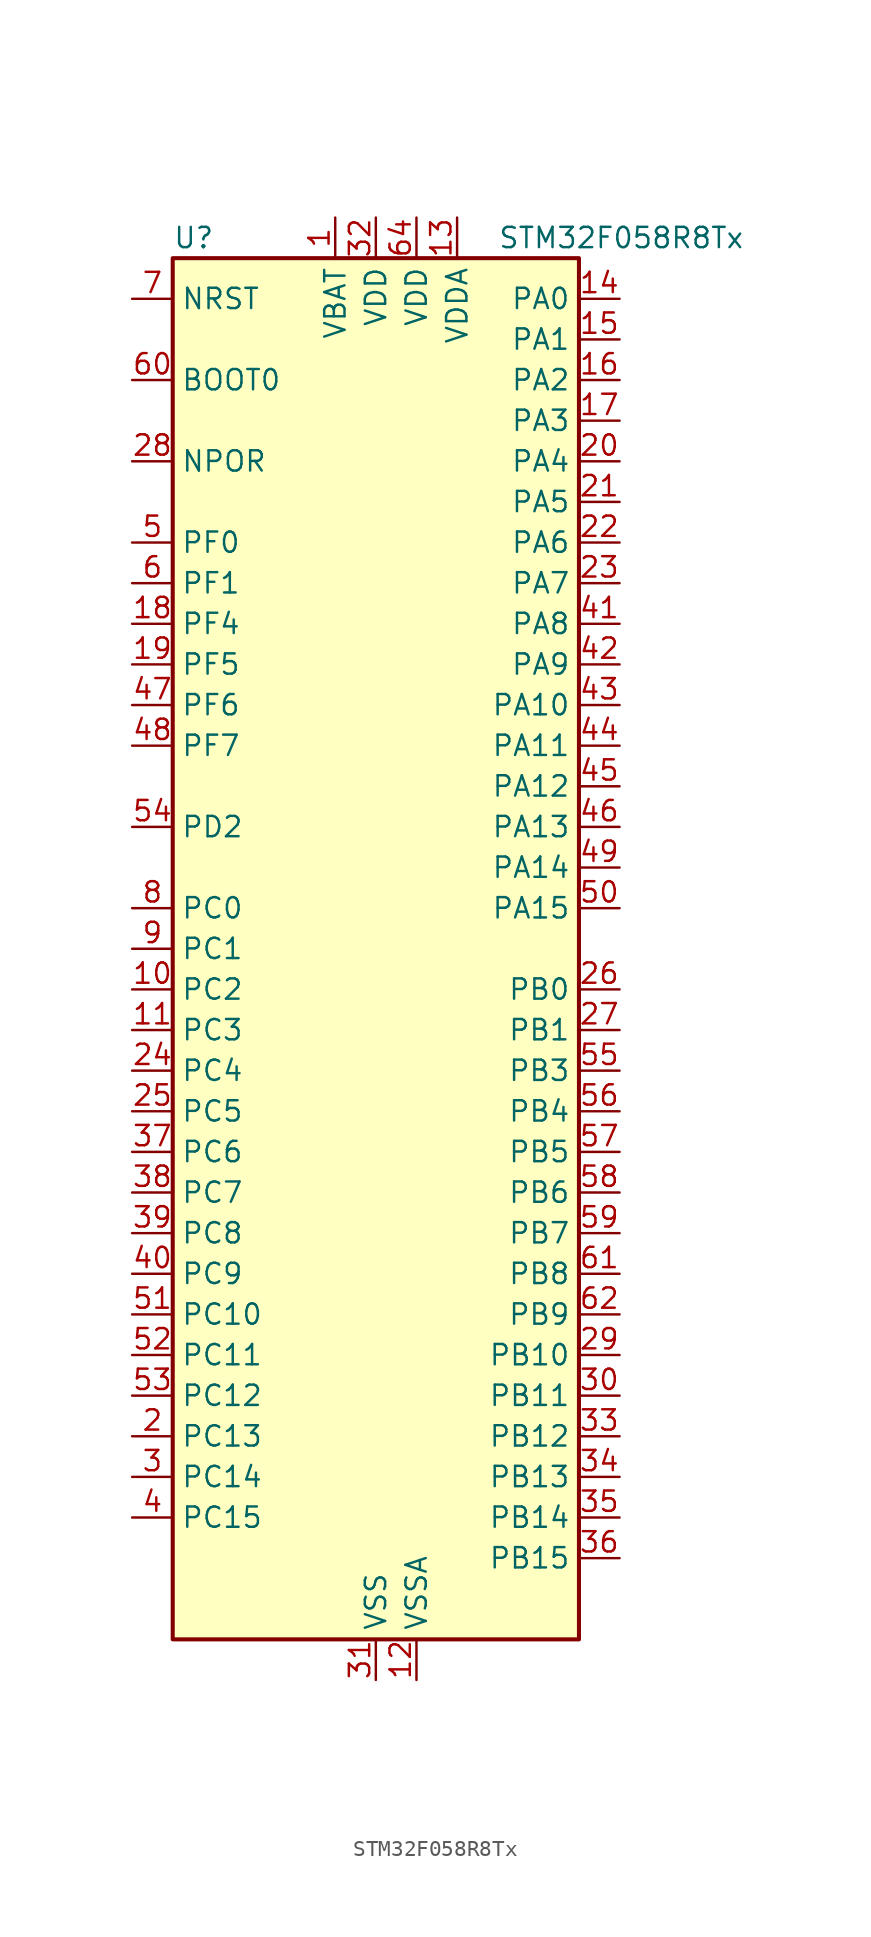
<source format=kicad_sym>
(kicad_symbol_lib
  (version 20220914)
  (generator kicad_symbol_editor)
  (symbol "STM32F058R8Tx"
    (property "Reference" "U"
      (at -12.7 44.45 0)
      (effects (font (size 1.27 1.27)) (justify left)))
    (property "Value" "STM32F058R8Tx"
      (at 7.62 44.45 0)
      (effects (font (size 1.27 1.27)) (justify left)))
    (property "ki_locked" ""
      (at 0 0 0)
      (effects (font (size 1.27 1.27))))
    (symbol "STM32F058R8Tx_0_1"
      (rectangle (start -12.7 -43.18) (end 12.7 43.18) (stroke (width 0.254) (type default)) (fill (type background))))
    (symbol "STM32F058R8Tx_1_1"
      (pin power_in line (at -2.54 45.72 270) (length 2.54) (name "VBAT" (effects (font (size 1.27 1.27)))) (number "1" (effects (font (size 1.27 1.27)))))
      (pin bidirectional line (at -15.24 -2.54 0) (length 2.54) (name "PC2" (effects (font (size 1.27 1.27)))) (number "10" (effects (font (size 1.27 1.27)))) (alternate "ADC_IN12" bidirectional line))
      (pin bidirectional line (at -15.24 -5.08 0) (length 2.54) (name "PC3" (effects (font (size 1.27 1.27)))) (number "11" (effects (font (size 1.27 1.27)))) (alternate "ADC_IN13" bidirectional line))
      (pin power_in line (at 2.54 -45.72 90) (length 2.54) (name "VSSA" (effects (font (size 1.27 1.27)))) (number "12" (effects (font (size 1.27 1.27)))))
      (pin power_in line (at 5.08 45.72 270) (length 2.54) (name "VDDA" (effects (font (size 1.27 1.27)))) (number "13" (effects (font (size 1.27 1.27)))))
      (pin bidirectional line (at 15.24 40.64 180) (length 2.54) (name "PA0" (effects (font (size 1.27 1.27)))) (number "14" (effects (font (size 1.27 1.27)))) (alternate "ADC_IN0" bidirectional line) (alternate "COMP1_INM" bidirectional line) (alternate "COMP1_OUT" bidirectional line) (alternate "RTC_TAMP2" bidirectional line) (alternate "SYS_WKUP1" bidirectional line) (alternate "TIM2_CH1" bidirectional line) (alternate "TIM2_ETR" bidirectional line) (alternate "TSC_G1_IO1" bidirectional line) (alternate "USART2_CTS" bidirectional line))
      (pin bidirectional line (at 15.24 38.1 180) (length 2.54) (name "PA1" (effects (font (size 1.27 1.27)))) (number "15" (effects (font (size 1.27 1.27)))) (alternate "ADC_IN1" bidirectional line) (alternate "COMP1_INP" bidirectional line) (alternate "TIM2_CH2" bidirectional line) (alternate "TSC_G1_IO2" bidirectional line) (alternate "USART2_DE" bidirectional line) (alternate "USART2_RTS" bidirectional line))
      (pin bidirectional line (at 15.24 35.56 180) (length 2.54) (name "PA2" (effects (font (size 1.27 1.27)))) (number "16" (effects (font (size 1.27 1.27)))) (alternate "ADC_IN2" bidirectional line) (alternate "COMP2_INM" bidirectional line) (alternate "COMP2_OUT" bidirectional line) (alternate "TIM15_CH1" bidirectional line) (alternate "TIM2_CH3" bidirectional line) (alternate "TSC_G1_IO3" bidirectional line) (alternate "USART2_TX" bidirectional line))
      (pin bidirectional line (at 15.24 33.02 180) (length 2.54) (name "PA3" (effects (font (size 1.27 1.27)))) (number "17" (effects (font (size 1.27 1.27)))) (alternate "ADC_IN3" bidirectional line) (alternate "COMP2_INP" bidirectional line) (alternate "TIM15_CH2" bidirectional line) (alternate "TIM2_CH4" bidirectional line) (alternate "TSC_G1_IO4" bidirectional line) (alternate "USART2_RX" bidirectional line))
      (pin bidirectional line (at -15.24 20.32 0) (length 2.54) (name "PF4" (effects (font (size 1.27 1.27)))) (number "18" (effects (font (size 1.27 1.27)))))
      (pin bidirectional line (at -15.24 17.78 0) (length 2.54) (name "PF5" (effects (font (size 1.27 1.27)))) (number "19" (effects (font (size 1.27 1.27)))))
      (pin bidirectional line (at -15.24 -30.48 0) (length 2.54) (name "PC13" (effects (font (size 1.27 1.27)))) (number "2" (effects (font (size 1.27 1.27)))) (alternate "RTC_OUT_ALARM" bidirectional line) (alternate "RTC_OUT_CALIB" bidirectional line) (alternate "RTC_TAMP1" bidirectional line) (alternate "RTC_TS" bidirectional line) (alternate "SYS_WKUP2" bidirectional line))
      (pin bidirectional line (at 15.24 30.48 180) (length 2.54) (name "PA4" (effects (font (size 1.27 1.27)))) (number "20" (effects (font (size 1.27 1.27)))) (alternate "ADC_IN4" bidirectional line) (alternate "COMP1_INM" bidirectional line) (alternate "COMP2_INM" bidirectional line) (alternate "DAC1_OUT1" bidirectional line) (alternate "I2S1_WS" bidirectional line) (alternate "SPI1_NSS" bidirectional line) (alternate "TIM14_CH1" bidirectional line) (alternate "TSC_G2_IO1" bidirectional line) (alternate "USART2_CK" bidirectional line))
      (pin bidirectional line (at 15.24 27.94 180) (length 2.54) (name "PA5" (effects (font (size 1.27 1.27)))) (number "21" (effects (font (size 1.27 1.27)))) (alternate "ADC_IN5" bidirectional line) (alternate "CEC" bidirectional line) (alternate "COMP1_INM" bidirectional line) (alternate "COMP2_INM" bidirectional line) (alternate "I2S1_CK" bidirectional line) (alternate "SPI1_SCK" bidirectional line) (alternate "TIM2_CH1" bidirectional line) (alternate "TIM2_ETR" bidirectional line) (alternate "TSC_G2_IO2" bidirectional line))
      (pin bidirectional line (at 15.24 25.4 180) (length 2.54) (name "PA6" (effects (font (size 1.27 1.27)))) (number "22" (effects (font (size 1.27 1.27)))) (alternate "ADC_IN6" bidirectional line) (alternate "COMP1_OUT" bidirectional line) (alternate "I2S1_MCK" bidirectional line) (alternate "SPI1_MISO" bidirectional line) (alternate "TIM16_CH1" bidirectional line) (alternate "TIM1_BKIN" bidirectional line) (alternate "TIM3_CH1" bidirectional line) (alternate "TSC_G2_IO3" bidirectional line))
      (pin bidirectional line (at 15.24 22.86 180) (length 2.54) (name "PA7" (effects (font (size 1.27 1.27)))) (number "23" (effects (font (size 1.27 1.27)))) (alternate "ADC_IN7" bidirectional line) (alternate "COMP2_OUT" bidirectional line) (alternate "I2S1_SD" bidirectional line) (alternate "SPI1_MOSI" bidirectional line) (alternate "TIM14_CH1" bidirectional line) (alternate "TIM17_CH1" bidirectional line) (alternate "TIM1_CH1N" bidirectional line) (alternate "TIM3_CH2" bidirectional line) (alternate "TSC_G2_IO4" bidirectional line))
      (pin bidirectional line (at -15.24 -7.62 0) (length 2.54) (name "PC4" (effects (font (size 1.27 1.27)))) (number "24" (effects (font (size 1.27 1.27)))) (alternate "ADC_IN14" bidirectional line))
      (pin bidirectional line (at -15.24 -10.16 0) (length 2.54) (name "PC5" (effects (font (size 1.27 1.27)))) (number "25" (effects (font (size 1.27 1.27)))) (alternate "ADC_IN15" bidirectional line) (alternate "TSC_G3_IO1" bidirectional line))
      (pin bidirectional line (at 15.24 -2.54 180) (length 2.54) (name "PB0" (effects (font (size 1.27 1.27)))) (number "26" (effects (font (size 1.27 1.27)))) (alternate "ADC_IN8" bidirectional line) (alternate "TIM1_CH2N" bidirectional line) (alternate "TIM3_CH3" bidirectional line) (alternate "TSC_G3_IO2" bidirectional line))
      (pin bidirectional line (at 15.24 -5.08 180) (length 2.54) (name "PB1" (effects (font (size 1.27 1.27)))) (number "27" (effects (font (size 1.27 1.27)))) (alternate "ADC_IN9" bidirectional line) (alternate "TIM14_CH1" bidirectional line) (alternate "TIM1_CH3N" bidirectional line) (alternate "TIM3_CH4" bidirectional line) (alternate "TSC_G3_IO3" bidirectional line))
      (pin input line (at -15.24 30.48 0) (length 2.54) (name "NPOR" (effects (font (size 1.27 1.27)))) (number "28" (effects (font (size 1.27 1.27)))))
      (pin bidirectional line (at 15.24 -25.4 180) (length 2.54) (name "PB10" (effects (font (size 1.27 1.27)))) (number "29" (effects (font (size 1.27 1.27)))) (alternate "CEC" bidirectional line) (alternate "I2C2_SCL" bidirectional line) (alternate "TIM2_CH3" bidirectional line) (alternate "TSC_SYNC" bidirectional line))
      (pin bidirectional line (at -15.24 -33.02 0) (length 2.54) (name "PC14" (effects (font (size 1.27 1.27)))) (number "3" (effects (font (size 1.27 1.27)))) (alternate "RCC_OSC32_IN" bidirectional line))
      (pin bidirectional line (at 15.24 -27.94 180) (length 2.54) (name "PB11" (effects (font (size 1.27 1.27)))) (number "30" (effects (font (size 1.27 1.27)))) (alternate "I2C2_SDA" bidirectional line) (alternate "TIM2_CH4" bidirectional line) (alternate "TSC_G6_IO1" bidirectional line))
      (pin power_in line (at 0 -45.72 90) (length 2.54) (name "VSS" (effects (font (size 1.27 1.27)))) (number "31" (effects (font (size 1.27 1.27)))))
      (pin power_in line (at 0 45.72 270) (length 2.54) (name "VDD" (effects (font (size 1.27 1.27)))) (number "32" (effects (font (size 1.27 1.27)))))
      (pin bidirectional line (at 15.24 -30.48 180) (length 2.54) (name "PB12" (effects (font (size 1.27 1.27)))) (number "33" (effects (font (size 1.27 1.27)))) (alternate "SPI2_NSS" bidirectional line) (alternate "TIM1_BKIN" bidirectional line) (alternate "TSC_G6_IO2" bidirectional line))
      (pin bidirectional line (at 15.24 -33.02 180) (length 2.54) (name "PB13" (effects (font (size 1.27 1.27)))) (number "34" (effects (font (size 1.27 1.27)))) (alternate "SPI2_SCK" bidirectional line) (alternate "TIM1_CH1N" bidirectional line) (alternate "TSC_G6_IO3" bidirectional line))
      (pin bidirectional line (at 15.24 -35.56 180) (length 2.54) (name "PB14" (effects (font (size 1.27 1.27)))) (number "35" (effects (font (size 1.27 1.27)))) (alternate "SPI2_MISO" bidirectional line) (alternate "TIM15_CH1" bidirectional line) (alternate "TIM1_CH2N" bidirectional line) (alternate "TSC_G6_IO4" bidirectional line))
      (pin bidirectional line (at 15.24 -38.1 180) (length 2.54) (name "PB15" (effects (font (size 1.27 1.27)))) (number "36" (effects (font (size 1.27 1.27)))) (alternate "RTC_REFIN" bidirectional line) (alternate "SPI2_MOSI" bidirectional line) (alternate "TIM15_CH1N" bidirectional line) (alternate "TIM15_CH2" bidirectional line) (alternate "TIM1_CH3N" bidirectional line))
      (pin bidirectional line (at -15.24 -12.7 0) (length 2.54) (name "PC6" (effects (font (size 1.27 1.27)))) (number "37" (effects (font (size 1.27 1.27)))) (alternate "TIM3_CH1" bidirectional line))
      (pin bidirectional line (at -15.24 -15.24 0) (length 2.54) (name "PC7" (effects (font (size 1.27 1.27)))) (number "38" (effects (font (size 1.27 1.27)))) (alternate "TIM3_CH2" bidirectional line))
      (pin bidirectional line (at -15.24 -17.78 0) (length 2.54) (name "PC8" (effects (font (size 1.27 1.27)))) (number "39" (effects (font (size 1.27 1.27)))) (alternate "TIM3_CH3" bidirectional line))
      (pin bidirectional line (at -15.24 -35.56 0) (length 2.54) (name "PC15" (effects (font (size 1.27 1.27)))) (number "4" (effects (font (size 1.27 1.27)))) (alternate "RCC_OSC32_OUT" bidirectional line))
      (pin bidirectional line (at -15.24 -20.32 0) (length 2.54) (name "PC9" (effects (font (size 1.27 1.27)))) (number "40" (effects (font (size 1.27 1.27)))) (alternate "DAC1_EXTI9" bidirectional line) (alternate "TIM3_CH4" bidirectional line))
      (pin bidirectional line (at 15.24 20.32 180) (length 2.54) (name "PA8" (effects (font (size 1.27 1.27)))) (number "41" (effects (font (size 1.27 1.27)))) (alternate "RCC_MCO" bidirectional line) (alternate "TIM1_CH1" bidirectional line) (alternate "USART1_CK" bidirectional line))
      (pin bidirectional line (at 15.24 17.78 180) (length 2.54) (name "PA9" (effects (font (size 1.27 1.27)))) (number "42" (effects (font (size 1.27 1.27)))) (alternate "DAC1_EXTI9" bidirectional line) (alternate "TIM15_BKIN" bidirectional line) (alternate "TIM1_CH2" bidirectional line) (alternate "TSC_G4_IO1" bidirectional line) (alternate "USART1_TX" bidirectional line))
      (pin bidirectional line (at 15.24 15.24 180) (length 2.54) (name "PA10" (effects (font (size 1.27 1.27)))) (number "43" (effects (font (size 1.27 1.27)))) (alternate "TIM17_BKIN" bidirectional line) (alternate "TIM1_CH3" bidirectional line) (alternate "TSC_G4_IO2" bidirectional line) (alternate "USART1_RX" bidirectional line))
      (pin bidirectional line (at 15.24 12.7 180) (length 2.54) (name "PA11" (effects (font (size 1.27 1.27)))) (number "44" (effects (font (size 1.27 1.27)))) (alternate "COMP1_OUT" bidirectional line) (alternate "TIM1_CH4" bidirectional line) (alternate "TSC_G4_IO3" bidirectional line) (alternate "USART1_CTS" bidirectional line))
      (pin bidirectional line (at 15.24 10.16 180) (length 2.54) (name "PA12" (effects (font (size 1.27 1.27)))) (number "45" (effects (font (size 1.27 1.27)))) (alternate "COMP2_OUT" bidirectional line) (alternate "TIM1_ETR" bidirectional line) (alternate "TSC_G4_IO4" bidirectional line) (alternate "USART1_DE" bidirectional line) (alternate "USART1_RTS" bidirectional line))
      (pin bidirectional line (at 15.24 7.62 180) (length 2.54) (name "PA13" (effects (font (size 1.27 1.27)))) (number "46" (effects (font (size 1.27 1.27)))) (alternate "IR_OUT" bidirectional line) (alternate "SYS_SWDIO" bidirectional line))
      (pin bidirectional line (at -15.24 15.24 0) (length 2.54) (name "PF6" (effects (font (size 1.27 1.27)))) (number "47" (effects (font (size 1.27 1.27)))) (alternate "I2C2_SCL" bidirectional line))
      (pin bidirectional line (at -15.24 12.7 0) (length 2.54) (name "PF7" (effects (font (size 1.27 1.27)))) (number "48" (effects (font (size 1.27 1.27)))) (alternate "I2C2_SDA" bidirectional line))
      (pin bidirectional line (at 15.24 5.08 180) (length 2.54) (name "PA14" (effects (font (size 1.27 1.27)))) (number "49" (effects (font (size 1.27 1.27)))) (alternate "SYS_SWCLK" bidirectional line) (alternate "USART2_TX" bidirectional line))
      (pin bidirectional line (at -15.24 25.4 0) (length 2.54) (name "PF0" (effects (font (size 1.27 1.27)))) (number "5" (effects (font (size 1.27 1.27)))) (alternate "RCC_OSC_IN" bidirectional line))
      (pin bidirectional line (at 15.24 2.54 180) (length 2.54) (name "PA15" (effects (font (size 1.27 1.27)))) (number "50" (effects (font (size 1.27 1.27)))) (alternate "I2S1_WS" bidirectional line) (alternate "SPI1_NSS" bidirectional line) (alternate "TIM2_CH1" bidirectional line) (alternate "TIM2_ETR" bidirectional line) (alternate "USART2_RX" bidirectional line))
      (pin bidirectional line (at -15.24 -22.86 0) (length 2.54) (name "PC10" (effects (font (size 1.27 1.27)))) (number "51" (effects (font (size 1.27 1.27)))))
      (pin bidirectional line (at -15.24 -25.4 0) (length 2.54) (name "PC11" (effects (font (size 1.27 1.27)))) (number "52" (effects (font (size 1.27 1.27)))))
      (pin bidirectional line (at -15.24 -27.94 0) (length 2.54) (name "PC12" (effects (font (size 1.27 1.27)))) (number "53" (effects (font (size 1.27 1.27)))))
      (pin bidirectional line (at -15.24 7.62 0) (length 2.54) (name "PD2" (effects (font (size 1.27 1.27)))) (number "54" (effects (font (size 1.27 1.27)))) (alternate "TIM3_ETR" bidirectional line))
      (pin bidirectional line (at 15.24 -7.62 180) (length 2.54) (name "PB3" (effects (font (size 1.27 1.27)))) (number "55" (effects (font (size 1.27 1.27)))) (alternate "I2S1_CK" bidirectional line) (alternate "SPI1_SCK" bidirectional line) (alternate "TIM2_CH2" bidirectional line) (alternate "TSC_G5_IO1" bidirectional line))
      (pin bidirectional line (at 15.24 -10.16 180) (length 2.54) (name "PB4" (effects (font (size 1.27 1.27)))) (number "56" (effects (font (size 1.27 1.27)))) (alternate "I2S1_MCK" bidirectional line) (alternate "SPI1_MISO" bidirectional line) (alternate "TIM3_CH1" bidirectional line) (alternate "TSC_G5_IO2" bidirectional line))
      (pin bidirectional line (at 15.24 -12.7 180) (length 2.54) (name "PB5" (effects (font (size 1.27 1.27)))) (number "57" (effects (font (size 1.27 1.27)))) (alternate "I2C1_SMBA" bidirectional line) (alternate "I2S1_SD" bidirectional line) (alternate "SPI1_MOSI" bidirectional line) (alternate "TIM16_BKIN" bidirectional line) (alternate "TIM3_CH2" bidirectional line))
      (pin bidirectional line (at 15.24 -15.24 180) (length 2.54) (name "PB6" (effects (font (size 1.27 1.27)))) (number "58" (effects (font (size 1.27 1.27)))) (alternate "I2C1_SCL" bidirectional line) (alternate "TIM16_CH1N" bidirectional line) (alternate "TSC_G5_IO3" bidirectional line) (alternate "USART1_TX" bidirectional line))
      (pin bidirectional line (at 15.24 -17.78 180) (length 2.54) (name "PB7" (effects (font (size 1.27 1.27)))) (number "59" (effects (font (size 1.27 1.27)))) (alternate "I2C1_SDA" bidirectional line) (alternate "TIM17_CH1N" bidirectional line) (alternate "TSC_G5_IO4" bidirectional line) (alternate "USART1_RX" bidirectional line))
      (pin bidirectional line (at -15.24 22.86 0) (length 2.54) (name "PF1" (effects (font (size 1.27 1.27)))) (number "6" (effects (font (size 1.27 1.27)))) (alternate "RCC_OSC_OUT" bidirectional line))
      (pin input line (at -15.24 35.56 0) (length 2.54) (name "BOOT0" (effects (font (size 1.27 1.27)))) (number "60" (effects (font (size 1.27 1.27)))))
      (pin bidirectional line (at 15.24 -20.32 180) (length 2.54) (name "PB8" (effects (font (size 1.27 1.27)))) (number "61" (effects (font (size 1.27 1.27)))) (alternate "CEC" bidirectional line) (alternate "I2C1_SCL" bidirectional line) (alternate "TIM16_CH1" bidirectional line) (alternate "TSC_SYNC" bidirectional line))
      (pin bidirectional line (at 15.24 -22.86 180) (length 2.54) (name "PB9" (effects (font (size 1.27 1.27)))) (number "62" (effects (font (size 1.27 1.27)))) (alternate "DAC1_EXTI9" bidirectional line) (alternate "I2C1_SDA" bidirectional line) (alternate "IR_OUT" bidirectional line) (alternate "TIM17_CH1" bidirectional line))
      (pin passive line (at 0 -45.72 90) (length 2.54) hide (name "VSS" (effects (font (size 1.27 1.27)))) (number "63" (effects (font (size 1.27 1.27)))))
      (pin power_in line (at 2.54 45.72 270) (length 2.54) (name "VDD" (effects (font (size 1.27 1.27)))) (number "64" (effects (font (size 1.27 1.27)))))
      (pin input line (at -15.24 40.64 0) (length 2.54) (name "NRST" (effects (font (size 1.27 1.27)))) (number "7" (effects (font (size 1.27 1.27)))))
      (pin bidirectional line (at -15.24 2.54 0) (length 2.54) (name "PC0" (effects (font (size 1.27 1.27)))) (number "8" (effects (font (size 1.27 1.27)))) (alternate "ADC_IN10" bidirectional line))
      (pin bidirectional line (at -15.24 0 0) (length 2.54) (name "PC1" (effects (font (size 1.27 1.27)))) (number "9" (effects (font (size 1.27 1.27)))) (alternate "ADC_IN11" bidirectional line)))))
</source>
